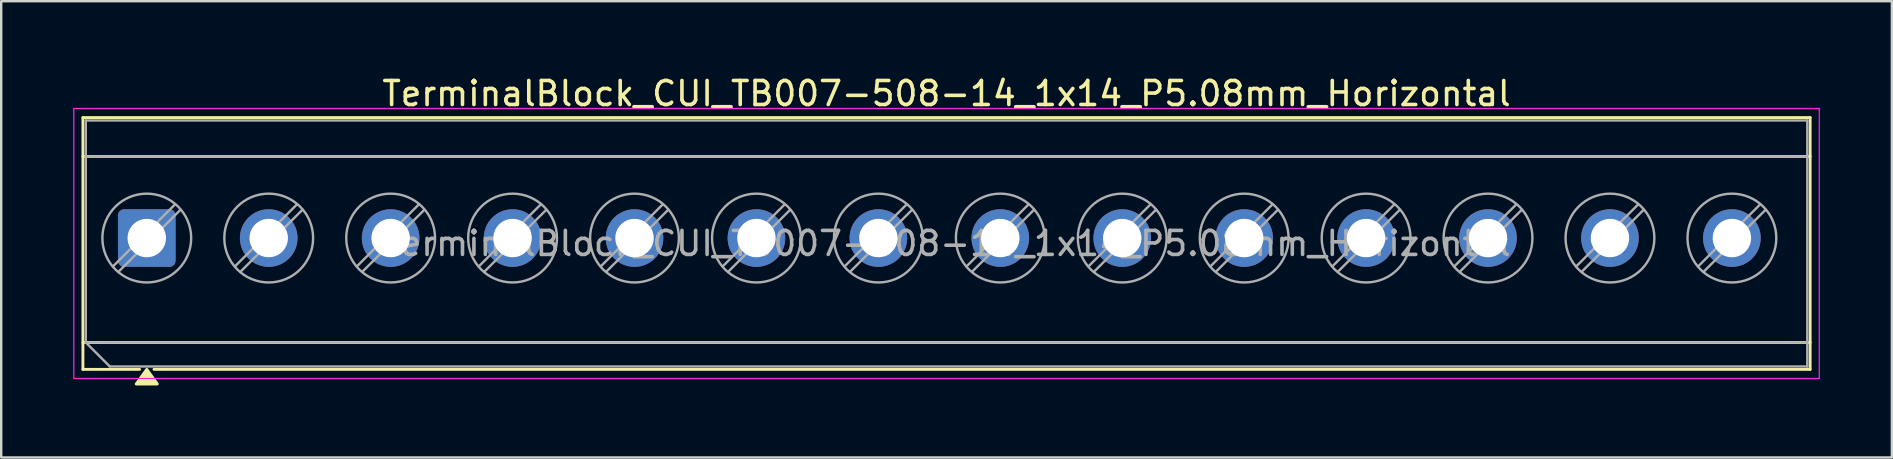
<source format=kicad_pcb>
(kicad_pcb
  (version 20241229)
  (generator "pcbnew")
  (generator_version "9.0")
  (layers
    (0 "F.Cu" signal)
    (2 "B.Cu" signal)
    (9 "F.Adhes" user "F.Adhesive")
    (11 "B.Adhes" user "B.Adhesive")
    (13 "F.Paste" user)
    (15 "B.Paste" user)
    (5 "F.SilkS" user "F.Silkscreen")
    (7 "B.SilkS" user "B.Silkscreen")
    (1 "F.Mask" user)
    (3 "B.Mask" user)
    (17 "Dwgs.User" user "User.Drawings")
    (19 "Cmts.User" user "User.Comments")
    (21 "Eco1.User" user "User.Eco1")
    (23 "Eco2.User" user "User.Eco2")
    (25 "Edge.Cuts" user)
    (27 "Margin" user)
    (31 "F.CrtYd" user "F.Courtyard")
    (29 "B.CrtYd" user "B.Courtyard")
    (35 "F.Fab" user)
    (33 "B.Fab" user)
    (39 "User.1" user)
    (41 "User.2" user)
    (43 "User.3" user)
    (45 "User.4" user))
  (footprint "TerminalBlock_CUI_TB007-508-14_1x14_P5.08mm_Horizontal"
    (layer "F.Cu")
    (at 3.065 6.868)
    (property "Reference" "TerminalBlock_CUI_TB007-508-14_1x14_P5.08mm_Horizontal" (at 33.32 -6.02 0) (layer "F.SilkS") (effects (font (size 1 1) (thickness 0.15))))
    (attr through_hole)
    (fp_line (start -2.66 -5.02) (end 69.3 -5.02) (stroke (width 0.12) (type solid)) (layer "F.SilkS"))
    (fp_line (start -2.66 -3.4) (end 69.3 -3.4) (stroke (width 0.12) (type solid)) (layer "F.SilkS"))
    (fp_line (start -2.66 4.35) (end 69.3 4.35) (stroke (width 0.12) (type solid)) (layer "F.SilkS"))
    (fp_line (start -2.66 5.47) (end -2.66 -5.02) (stroke (width 0.12) (type solid)) (layer "F.SilkS"))
    (fp_line (start -0.3 5.47) (end -2.66 5.47) (stroke (width 0.12) (type solid)) (layer "F.SilkS"))
    (fp_line (start 69.3 -5.02) (end 69.3 5.47) (stroke (width 0.12) (type solid)) (layer "F.SilkS"))
    (fp_line (start 69.3 5.47) (end 0.3 5.47) (stroke (width 0.12) (type solid)) (layer "F.SilkS"))
    (fp_poly (pts (xy 0 5.47) (xy 0.44 6.08) (xy -0.44 6.08)) (stroke (width 0.12) (type solid)) (fill yes) (layer "F.SilkS"))
    (fp_line (start -3.04 -5.4) (end -3.04 5.85) (stroke (width 0.05) (type solid)) (layer "F.CrtYd"))
    (fp_line (start -3.04 5.85) (end 69.68 5.85) (stroke (width 0.05) (type solid)) (layer "F.CrtYd"))
    (fp_line (start 69.68 -5.4) (end -3.04 -5.4) (stroke (width 0.05) (type solid)) (layer "F.CrtYd"))
    (fp_line (start 69.68 5.85) (end 69.68 -5.4) (stroke (width 0.05) (type solid)) (layer "F.CrtYd"))
    (fp_line (start -2.54 -4.9) (end 69.18 -4.9) (stroke (width 0.1) (type solid)) (layer "F.Fab"))
    (fp_line (start -2.54 -3.4) (end 69.18 -3.4) (stroke (width 0.1) (type solid)) (layer "F.Fab"))
    (fp_line (start -2.54 4.35) (end -2.54 -4.9) (stroke (width 0.1) (type solid)) (layer "F.Fab"))
    (fp_line (start -2.54 4.35) (end 69.18 4.35) (stroke (width 0.1) (type solid)) (layer "F.Fab"))
    (fp_line (start -1.54 5.35) (end -2.54 4.35) (stroke (width 0.1) (type solid)) (layer "F.Fab"))
    (fp_line (start 1.177 -1.403) (end -1.403 1.177) (stroke (width 0.1) (type solid)) (layer "F.Fab"))
    (fp_line (start 1.403 -1.177) (end -1.177 1.403) (stroke (width 0.1) (type solid)) (layer "F.Fab"))
    (fp_line (start 6.257 -1.403) (end 3.677 1.177) (stroke (width 0.1) (type solid)) (layer "F.Fab"))
    (fp_line (start 6.483 -1.177) (end 3.903 1.403) (stroke (width 0.1) (type solid)) (layer "F.Fab"))
    (fp_line (start 11.337 -1.403) (end 8.757 1.177) (stroke (width 0.1) (type solid)) (layer "F.Fab"))
    (fp_line (start 11.563 -1.177) (end 8.983 1.403) (stroke (width 0.1) (type solid)) (layer "F.Fab"))
    (fp_line (start 16.417 -1.403) (end 13.837 1.177) (stroke (width 0.1) (type solid)) (layer "F.Fab"))
    (fp_line (start 16.643 -1.177) (end 14.063 1.403) (stroke (width 0.1) (type solid)) (layer "F.Fab"))
    (fp_line (start 21.497 -1.403) (end 18.917 1.177) (stroke (width 0.1) (type solid)) (layer "F.Fab"))
    (fp_line (start 21.723 -1.177) (end 19.143 1.403) (stroke (width 0.1) (type solid)) (layer "F.Fab"))
    (fp_line (start 26.577 -1.403) (end 23.997 1.177) (stroke (width 0.1) (type solid)) (layer "F.Fab"))
    (fp_line (start 26.803 -1.177) (end 24.223 1.403) (stroke (width 0.1) (type solid)) (layer "F.Fab"))
    (fp_line (start 31.657 -1.403) (end 29.077 1.177) (stroke (width 0.1) (type solid)) (layer "F.Fab"))
    (fp_line (start 31.883 -1.177) (end 29.303 1.403) (stroke (width 0.1) (type solid)) (layer "F.Fab"))
    (fp_line (start 36.737 -1.403) (end 34.157 1.177) (stroke (width 0.1) (type solid)) (layer "F.Fab"))
    (fp_line (start 36.963 -1.177) (end 34.383 1.403) (stroke (width 0.1) (type solid)) (layer "F.Fab"))
    (fp_line (start 41.817 -1.403) (end 39.237 1.177) (stroke (width 0.1) (type solid)) (layer "F.Fab"))
    (fp_line (start 42.043 -1.177) (end 39.463 1.403) (stroke (width 0.1) (type solid)) (layer "F.Fab"))
    (fp_line (start 46.897 -1.403) (end 44.317 1.177) (stroke (width 0.1) (type solid)) (layer "F.Fab"))
    (fp_line (start 47.123 -1.177) (end 44.543 1.403) (stroke (width 0.1) (type solid)) (layer "F.Fab"))
    (fp_line (start 51.977 -1.403) (end 49.397 1.177) (stroke (width 0.1) (type solid)) (layer "F.Fab"))
    (fp_line (start 52.203 -1.177) (end 49.623 1.403) (stroke (width 0.1) (type solid)) (layer "F.Fab"))
    (fp_line (start 57.057 -1.403) (end 54.477 1.177) (stroke (width 0.1) (type solid)) (layer "F.Fab"))
    (fp_line (start 57.283 -1.177) (end 54.703 1.403) (stroke (width 0.1) (type solid)) (layer "F.Fab"))
    (fp_line (start 62.137 -1.403) (end 59.557 1.177) (stroke (width 0.1) (type solid)) (layer "F.Fab"))
    (fp_line (start 62.363 -1.177) (end 59.783 1.403) (stroke (width 0.1) (type solid)) (layer "F.Fab"))
    (fp_line (start 67.217 -1.403) (end 64.637 1.177) (stroke (width 0.1) (type solid)) (layer "F.Fab"))
    (fp_line (start 67.443 -1.177) (end 64.863 1.403) (stroke (width 0.1) (type solid)) (layer "F.Fab"))
    (fp_line (start 69.18 -4.9) (end 69.18 5.35) (stroke (width 0.1) (type solid)) (layer "F.Fab"))
    (fp_line (start 69.18 5.35) (end -1.54 5.35) (stroke (width 0.1) (type solid)) (layer "F.Fab"))
    (fp_circle (center 0 0) (end 1.85 0) (stroke (width 0.1) (type solid)) (fill no) (layer "F.Fab"))
    (fp_circle (center 5.08 0) (end 6.93 0) (stroke (width 0.1) (type solid)) (fill no) (layer "F.Fab"))
    (fp_circle (center 10.16 0) (end 12.01 0) (stroke (width 0.1) (type solid)) (fill no) (layer "F.Fab"))
    (fp_circle (center 15.24 0) (end 17.09 0) (stroke (width 0.1) (type solid)) (fill no) (layer "F.Fab"))
    (fp_circle (center 20.32 0) (end 22.17 0) (stroke (width 0.1) (type solid)) (fill no) (layer "F.Fab"))
    (fp_circle (center 25.4 0) (end 27.25 0) (stroke (width 0.1) (type solid)) (fill no) (layer "F.Fab"))
    (fp_circle (center 30.48 0) (end 32.33 0) (stroke (width 0.1) (type solid)) (fill no) (layer "F.Fab"))
    (fp_circle (center 35.56 0) (end 37.41 0) (stroke (width 0.1) (type solid)) (fill no) (layer "F.Fab"))
    (fp_circle (center 40.64 0) (end 42.49 0) (stroke (width 0.1) (type solid)) (fill no) (layer "F.Fab"))
    (fp_circle (center 45.72 0) (end 47.57 0) (stroke (width 0.1) (type solid)) (fill no) (layer "F.Fab"))
    (fp_circle (center 50.8 0) (end 52.65 0) (stroke (width 0.1) (type solid)) (fill no) (layer "F.Fab"))
    (fp_circle (center 55.88 0) (end 57.73 0) (stroke (width 0.1) (type solid)) (fill no) (layer "F.Fab"))
    (fp_circle (center 60.96 0) (end 62.81 0) (stroke (width 0.1) (type solid)) (fill no) (layer "F.Fab"))
    (fp_circle (center 66.04 0) (end 67.89 0) (stroke (width 0.1) (type solid)) (fill no) (layer "F.Fab"))
    (fp_text user "${REFERENCE}" (at 33.32 0.225 0) (layer "F.Fab") (effects (font (size 1 1) (thickness 0.15))))
    (pad "1" thru_hole roundrect (at 0 0) (size 2.4 2.4) (drill 1.6) (layers "*.Cu" "*.Mask") (roundrect_rratio 0.104))
    (pad "2" thru_hole circle (at 5.08 0) (size 2.4 2.4) (drill 1.6) (layers "*.Cu" "*.Mask"))
    (pad "3" thru_hole circle (at 10.16 0) (size 2.4 2.4) (drill 1.6) (layers "*.Cu" "*.Mask"))
    (pad "4" thru_hole circle (at 15.24 0) (size 2.4 2.4) (drill 1.6) (layers "*.Cu" "*.Mask"))
    (pad "5" thru_hole circle (at 20.32 0) (size 2.4 2.4) (drill 1.6) (layers "*.Cu" "*.Mask"))
    (pad "6" thru_hole circle (at 25.4 0) (size 2.4 2.4) (drill 1.6) (layers "*.Cu" "*.Mask"))
    (pad "7" thru_hole circle (at 30.48 0) (size 2.4 2.4) (drill 1.6) (layers "*.Cu" "*.Mask"))
    (pad "8" thru_hole circle (at 35.56 0) (size 2.4 2.4) (drill 1.6) (layers "*.Cu" "*.Mask"))
    (pad "9" thru_hole circle (at 40.64 0) (size 2.4 2.4) (drill 1.6) (layers "*.Cu" "*.Mask"))
    (pad "10" thru_hole circle (at 45.72 0) (size 2.4 2.4) (drill 1.6) (layers "*.Cu" "*.Mask"))
    (pad "11" thru_hole circle (at 50.8 0) (size 2.4 2.4) (drill 1.6) (layers "*.Cu" "*.Mask"))
    (pad "12" thru_hole circle (at 55.88 0) (size 2.4 2.4) (drill 1.6) (layers "*.Cu" "*.Mask"))
    (pad "13" thru_hole circle (at 60.96 0) (size 2.4 2.4) (drill 1.6) (layers "*.Cu" "*.Mask"))
    (pad "14" thru_hole circle (at 66.04 0) (size 2.4 2.4) (drill 1.6) (layers "*.Cu" "*.Mask")))
  (gr_rect
    (start -3 -3)
    (end 75.77 16.008)
    (stroke (width 0.1) (type default))
    (fill no)
    (layer "Edge.Cuts")))
</source>
